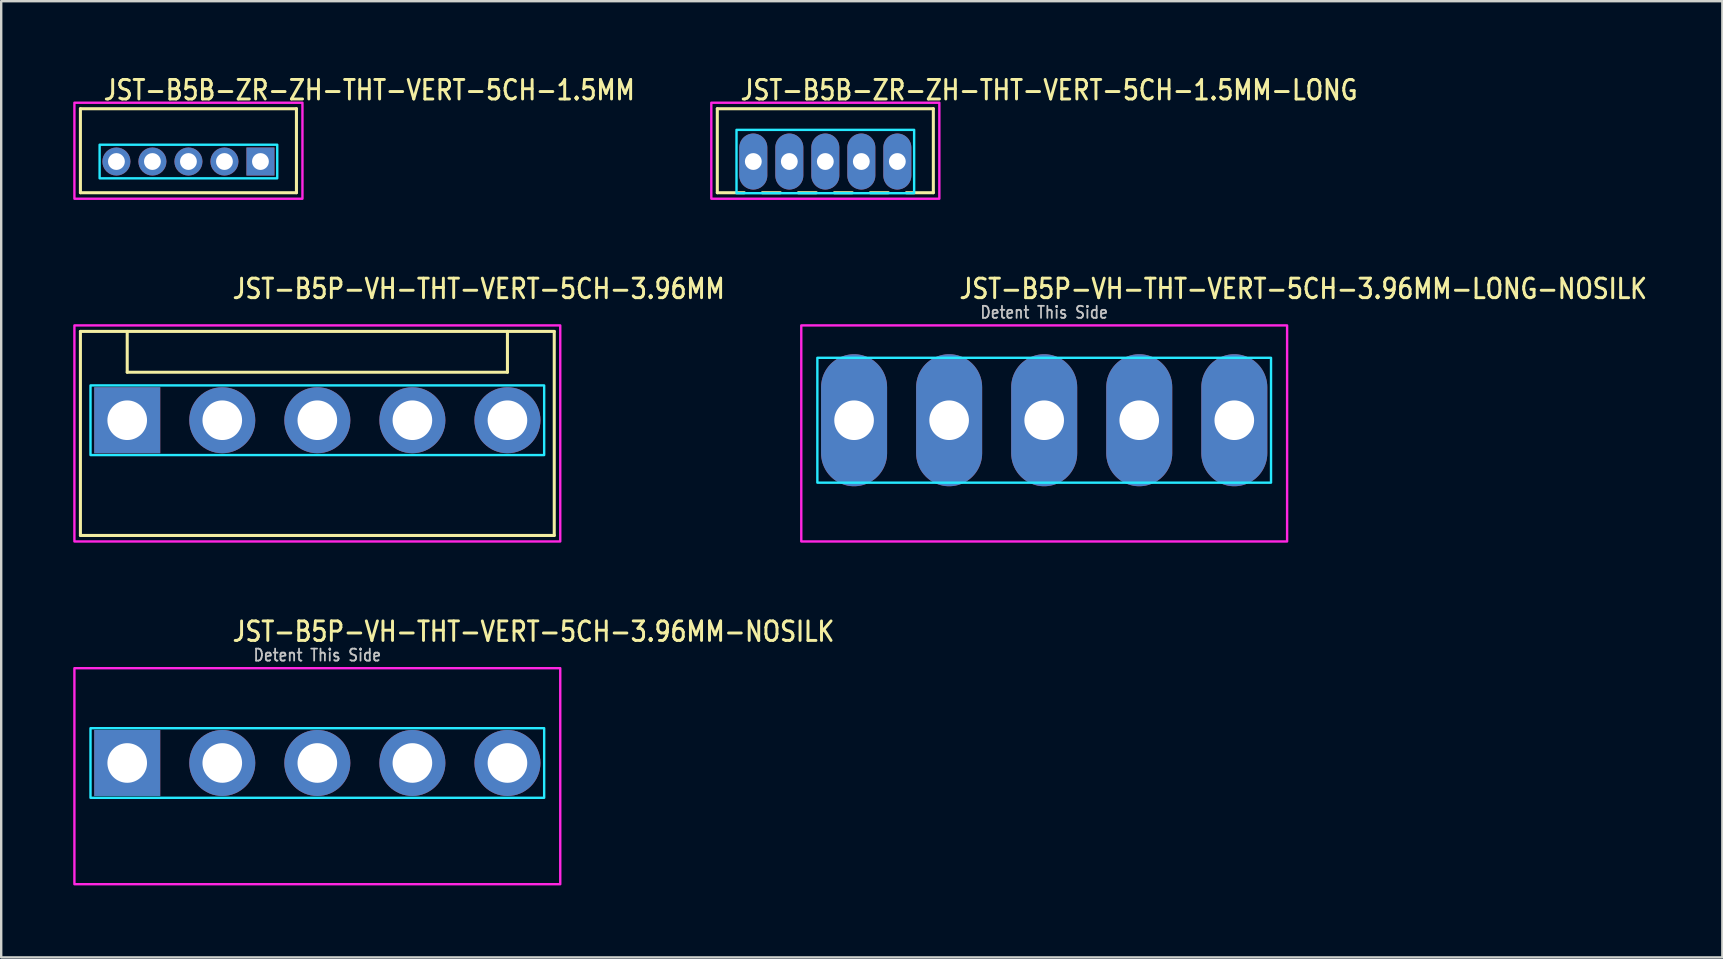
<source format=kicad_pcb>
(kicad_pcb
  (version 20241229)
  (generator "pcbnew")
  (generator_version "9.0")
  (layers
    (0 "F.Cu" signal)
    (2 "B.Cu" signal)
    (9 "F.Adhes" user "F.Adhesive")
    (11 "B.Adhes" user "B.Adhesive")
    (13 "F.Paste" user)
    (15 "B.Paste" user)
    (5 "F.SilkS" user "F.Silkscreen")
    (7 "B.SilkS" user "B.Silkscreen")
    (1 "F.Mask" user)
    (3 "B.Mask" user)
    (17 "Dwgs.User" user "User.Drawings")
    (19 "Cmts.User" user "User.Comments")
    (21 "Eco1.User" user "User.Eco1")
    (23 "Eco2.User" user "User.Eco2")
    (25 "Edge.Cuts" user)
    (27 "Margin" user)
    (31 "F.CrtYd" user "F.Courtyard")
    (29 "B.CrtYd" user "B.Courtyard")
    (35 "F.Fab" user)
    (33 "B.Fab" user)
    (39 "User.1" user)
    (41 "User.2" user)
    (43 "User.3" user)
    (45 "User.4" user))
  (footprint "JST-B5B-ZR-ZH-THT-VERT-5CH-1.5MM-LONG"
    (layer "F.Cu")
    (at 31.333 3.679)
    (property "Reference" "JST-B5B-ZR-ZH-THT-VERT-5CH-1.5MM-LONG" (at -3.6 -2.5 0) (unlocked yes) (layer "F.SilkS") (effects (font (size 0.813 0.695) (thickness 0.122)) (justify left bottom)))
    (fp_line (start -4.5 -2.2) (end 4.5 -2.2) (stroke (width 0.127) (type solid)) (layer "F.SilkS"))
    (fp_line (start -4.5 1.3) (end -4.5 -2.2) (stroke (width 0.127) (type solid)) (layer "F.SilkS"))
    (fp_line (start -4.5 1.3) (end -3.375 1.3) (stroke (width 0.127) (type solid)) (layer "F.SilkS"))
    (fp_line (start -2.625 1.3) (end -1.875 1.3) (stroke (width 0.127) (type solid)) (layer "F.SilkS"))
    (fp_line (start -1.125 1.3) (end -0.375 1.3) (stroke (width 0.127) (type solid)) (layer "F.SilkS"))
    (fp_line (start 0.375 1.3) (end 1.125 1.3) (stroke (width 0.127) (type solid)) (layer "F.SilkS"))
    (fp_line (start 1.875 1.3) (end 2.625 1.3) (stroke (width 0.127) (type solid)) (layer "F.SilkS"))
    (fp_line (start 3.375 1.3) (end 4.5 1.3) (stroke (width 0.127) (type solid)) (layer "F.SilkS"))
    (fp_line (start 4.5 -2.2) (end 4.5 1.3) (stroke (width 0.127) (type solid)) (layer "F.SilkS"))
    (fp_poly (pts (xy -3.7 -1.32) (xy -3.7 1.32) (xy 3.7 1.32) (xy 3.7 -1.32)) (stroke (width 0.1) (type solid)) (fill no) (layer "B.CrtYd"))
    (fp_poly (pts (xy -4.75 -2.45) (xy -4.75 1.55) (xy 4.75 1.55) (xy 4.75 -2.45)) (stroke (width 0.1) (type solid)) (fill no) (layer "F.CrtYd"))
    (pad "P$1" thru_hole oval (at 3 0 90) (size 2.333 1.167) (drill 0.7) (layers "*.Cu" "*.Mask"))
    (pad "P$2" thru_hole oval (at 1.5 0 90) (size 2.333 1.167) (drill 0.7) (layers "*.Cu" "*.Mask"))
    (pad "P$3" thru_hole oval (at 0 0 90) (size 2.333 1.167) (drill 0.7) (layers "*.Cu" "*.Mask"))
    (pad "P$4" thru_hole oval (at -1.5 0 90) (size 2.333 1.167) (drill 0.7) (layers "*.Cu" "*.Mask"))
    (pad "P$5" thru_hole oval (at -3 0 90) (size 2.333 1.167) (drill 0.7) (layers "*.Cu" "*.Mask")))
  (footprint "JST-B5B-ZR-ZH-THT-VERT-5CH-1.5MM"
    (layer "F.Cu")
    (at 4.8 3.679)
    (property "Reference" "JST-B5B-ZR-ZH-THT-VERT-5CH-1.5MM" (at -3.6 -2.5 0) (unlocked yes) (layer "F.SilkS") (effects (font (size 0.813 0.695) (thickness 0.122)) (justify left bottom)))
    (fp_line (start -4.5 -2.2) (end 4.5 -2.2) (stroke (width 0.127) (type solid)) (layer "F.SilkS"))
    (fp_line (start -4.5 1.3) (end -4.5 -2.2) (stroke (width 0.127) (type solid)) (layer "F.SilkS"))
    (fp_line (start -4.5 1.3) (end 4.5 1.3) (stroke (width 0.127) (type solid)) (layer "F.SilkS"))
    (fp_line (start 4.5 -2.2) (end 4.5 1.3) (stroke (width 0.127) (type solid)) (layer "F.SilkS"))
    (fp_poly (pts (xy -3.7 -0.7) (xy -3.7 0.7) (xy 3.7 0.7) (xy 3.7 -0.7)) (stroke (width 0.1) (type solid)) (fill no) (layer "B.CrtYd"))
    (fp_poly (pts (xy -4.75 -2.45) (xy -4.75 1.55) (xy 4.75 1.55) (xy 4.75 -2.45)) (stroke (width 0.1) (type solid)) (fill no) (layer "F.CrtYd"))
    (pad "P$1" thru_hole rect (at 3 0) (size 1.167 1.167) (drill 0.7) (layers "*.Cu" "*.Mask"))
    (pad "P$2" thru_hole oval (at 1.5 0) (size 1.167 1.167) (drill 0.7) (layers "*.Cu" "*.Mask"))
    (pad "P$3" thru_hole oval (at 0 0) (size 1.167 1.167) (drill 0.7) (layers "*.Cu" "*.Mask"))
    (pad "P$4" thru_hole oval (at -1.5 0) (size 1.167 1.167) (drill 0.7) (layers "*.Cu" "*.Mask"))
    (pad "P$5" thru_hole oval (at -3 0) (size 1.167 1.167) (drill 0.7) (layers "*.Cu" "*.Mask")))
  (footprint "JST-B5P-VH-THT-VERT-5CH-3.96MM"
    (layer "F.Cu")
    (at 10.17 14.457)
    (property "Reference" "JST-B5P-VH-THT-VERT-5CH-3.96MM" (at -3.6 -5 0) (unlocked yes) (layer "F.SilkS") (effects (font (size 0.813 0.695) (thickness 0.122)) (justify left bottom)))
    (fp_line (start -9.87 -3.7) (end 9.87 -3.7) (stroke (width 0.127) (type solid)) (layer "F.SilkS"))
    (fp_line (start -9.87 4.8) (end -9.87 -3.7) (stroke (width 0.127) (type solid)) (layer "F.SilkS"))
    (fp_line (start -9.87 4.8) (end 9.87 4.8) (stroke (width 0.127) (type solid)) (layer "F.SilkS"))
    (fp_line (start -7.92 -3.7) (end -7.92 -2) (stroke (width 0.127) (type solid)) (layer "F.SilkS"))
    (fp_line (start -7.92 -2) (end 7.92 -2) (stroke (width 0.127) (type solid)) (layer "F.SilkS"))
    (fp_line (start 7.92 -3.7) (end 7.92 -2) (stroke (width 0.127) (type solid)) (layer "F.SilkS"))
    (fp_line (start 9.87 -3.7) (end 9.87 4.8) (stroke (width 0.127) (type solid)) (layer "F.SilkS"))
    (fp_poly (pts (xy -9.45 -1.45) (xy -9.45 1.45) (xy 9.45 1.45) (xy 9.45 -1.45)) (stroke (width 0.1) (type solid)) (fill no) (layer "B.CrtYd"))
    (fp_poly (pts (xy -10.12 -3.95) (xy -10.12 5.05) (xy 10.12 5.05) (xy 10.12 -3.95)) (stroke (width 0.1) (type solid)) (fill no) (layer "F.CrtYd"))
    (pad "P$1" thru_hole rect (at -7.92 0) (size 2.75 2.75) (drill 1.65) (layers "*.Cu" "*.Mask"))
    (pad "P$2" thru_hole oval (at -3.96 0) (size 2.75 2.75) (drill 1.65) (layers "*.Cu" "*.Mask"))
    (pad "P$3" thru_hole oval (at 0 0) (size 2.75 2.75) (drill 1.65) (layers "*.Cu" "*.Mask"))
    (pad "P$4" thru_hole oval (at 3.96 0) (size 2.75 2.75) (drill 1.65) (layers "*.Cu" "*.Mask"))
    (pad "P$5" thru_hole oval (at 7.92 0) (size 2.75 2.75) (drill 1.65) (layers "*.Cu" "*.Mask")))
  (footprint "JST-B5P-VH-THT-VERT-5CH-3.96MM-NOSILK"
    (layer "F.Cu")
    (at 10.17 28.736)
    (property "Reference" "JST-B5P-VH-THT-VERT-5CH-3.96MM-NOSILK" (at -3.6 -5 0) (unlocked yes) (layer "F.SilkS") (effects (font (size 0.813 0.695) (thickness 0.122)) (justify left bottom)))
    (fp_poly (pts (xy -9.45 -1.45) (xy -9.45 1.45) (xy 9.45 1.45) (xy 9.45 -1.45)) (stroke (width 0.1) (type solid)) (fill no) (layer "B.CrtYd"))
    (fp_poly (pts (xy -10.12 -3.95) (xy -10.12 5.05) (xy 10.12 5.05) (xy 10.12 -3.95)) (stroke (width 0.1) (type solid)) (fill no) (layer "F.CrtYd"))
    (fp_text user "Detent This Side" (at 0 -4.2 0) (unlocked yes) (layer "Dwgs.User") (effects (font (size 0.5 0.427) (thickness 0.075)) (justify bottom)))
    (pad "P$1" thru_hole rect (at -7.92 0) (size 2.75 2.75) (drill 1.65) (layers "*.Cu" "*.Mask"))
    (pad "P$2" thru_hole oval (at -3.96 0) (size 2.75 2.75) (drill 1.65) (layers "*.Cu" "*.Mask"))
    (pad "P$3" thru_hole oval (at 0 0) (size 2.75 2.75) (drill 1.65) (layers "*.Cu" "*.Mask"))
    (pad "P$4" thru_hole oval (at 3.96 0) (size 2.75 2.75) (drill 1.65) (layers "*.Cu" "*.Mask"))
    (pad "P$5" thru_hole oval (at 7.92 0) (size 2.75 2.75) (drill 1.65) (layers "*.Cu" "*.Mask")))
  (footprint "JST-B5P-VH-THT-VERT-5CH-3.96MM-LONG-NOSILK"
    (layer "F.Cu")
    (at 40.451 14.457)
    (property "Reference" "JST-B5P-VH-THT-VERT-5CH-3.96MM-LONG-NOSILK" (at -3.6 -5 0) (unlocked yes) (layer "F.SilkS") (effects (font (size 0.813 0.695) (thickness 0.122)) (justify left bottom)))
    (fp_poly (pts (xy -9.45 -2.6) (xy -9.45 2.6) (xy 9.45 2.6) (xy 9.45 -2.6)) (stroke (width 0.1) (type solid)) (fill no) (layer "B.CrtYd"))
    (fp_poly (pts (xy -10.12 -3.95) (xy -10.12 5.05) (xy 10.12 5.05) (xy 10.12 -3.95)) (stroke (width 0.1) (type solid)) (fill no) (layer "F.CrtYd"))
    (fp_text user "Detent This Side" (at 0 -4.2 0) (unlocked yes) (layer "Dwgs.User") (effects (font (size 0.5 0.427) (thickness 0.075)) (justify bottom)))
    (pad "P$1" thru_hole oval (at -7.92 0 90) (size 5.5 2.75) (drill 1.65) (layers "*.Cu" "*.Mask"))
    (pad "P$2" thru_hole oval (at -3.96 0 90) (size 5.5 2.75) (drill 1.65) (layers "*.Cu" "*.Mask"))
    (pad "P$3" thru_hole oval (at 0 0 90) (size 5.5 2.75) (drill 1.65) (layers "*.Cu" "*.Mask"))
    (pad "P$4" thru_hole oval (at 3.96 0 90) (size 5.5 2.75) (drill 1.65) (layers "*.Cu" "*.Mask"))
    (pad "P$5" thru_hole oval (at 7.92 0 90) (size 5.5 2.75) (drill 1.65) (layers "*.Cu" "*.Mask")))
  (gr_rect
    (start -3 -3)
    (end 68.703 36.836)
    (stroke (width 0.1) (type default))
    (fill no)
    (layer "Edge.Cuts")))
</source>
